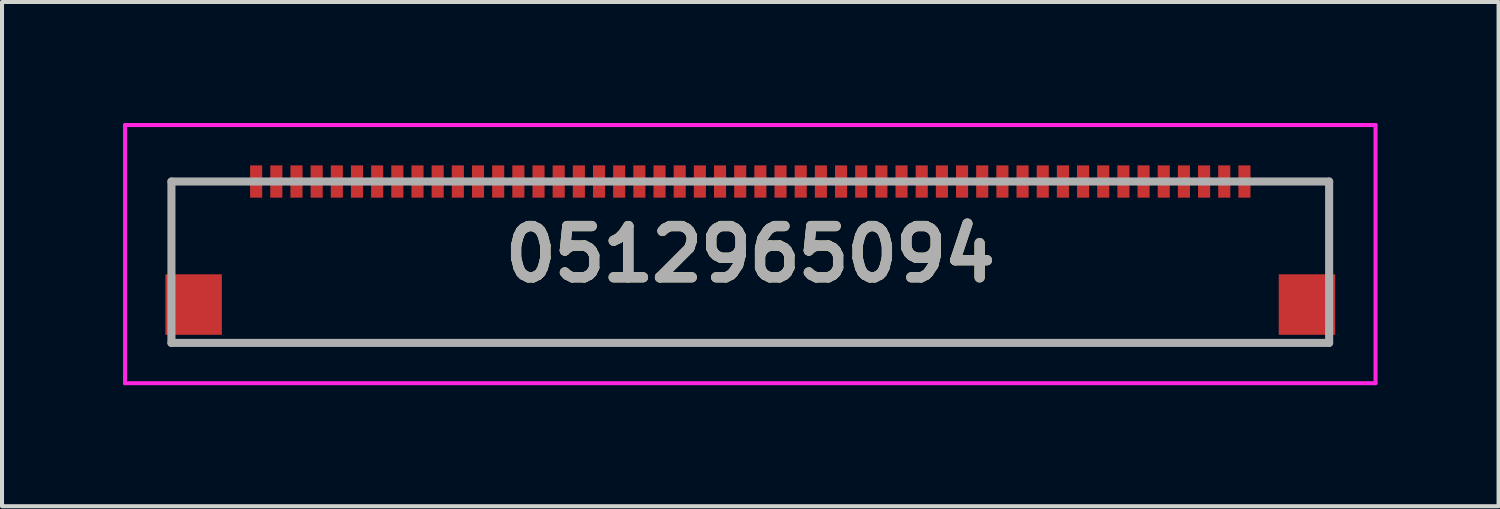
<source format=kicad_pcb>
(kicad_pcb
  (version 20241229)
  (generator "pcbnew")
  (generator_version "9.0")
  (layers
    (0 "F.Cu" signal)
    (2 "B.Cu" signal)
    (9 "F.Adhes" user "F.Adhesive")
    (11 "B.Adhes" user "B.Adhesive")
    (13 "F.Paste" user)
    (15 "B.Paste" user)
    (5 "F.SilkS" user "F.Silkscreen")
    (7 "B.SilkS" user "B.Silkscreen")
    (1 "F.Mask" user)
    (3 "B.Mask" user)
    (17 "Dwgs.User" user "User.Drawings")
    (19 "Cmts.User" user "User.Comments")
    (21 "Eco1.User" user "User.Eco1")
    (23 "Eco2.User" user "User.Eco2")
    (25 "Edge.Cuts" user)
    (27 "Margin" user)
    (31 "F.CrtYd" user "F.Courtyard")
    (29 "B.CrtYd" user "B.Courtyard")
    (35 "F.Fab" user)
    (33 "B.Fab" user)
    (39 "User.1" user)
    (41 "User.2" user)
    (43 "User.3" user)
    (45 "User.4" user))
  (footprint "0512965094"
    (layer "F.Cu")
    (at 15.55 3.45)
    (property "Reference" "0512965094" (at 0 -0.2 0) (layer "F.SilkS") (effects (font (size 1.27 1.27) (thickness 0.254))))
    (attr smd)
    (fp_line (start -12.25 2) (end 11.75 2) (stroke (width 0.1) (type solid)) (layer "F.SilkS"))
    (fp_line (start -15.5 -3.4) (end 15.5 -3.4) (stroke (width 0.1) (type solid)) (layer "F.CrtYd"))
    (fp_line (start -15.5 3) (end -15.5 -3.4) (stroke (width 0.1) (type solid)) (layer "F.CrtYd"))
    (fp_line (start 15.5 -3.4) (end 15.5 3) (stroke (width 0.1) (type solid)) (layer "F.CrtYd"))
    (fp_line (start 15.5 3) (end -15.5 3) (stroke (width 0.1) (type solid)) (layer "F.CrtYd"))
    (fp_line (start -14.35 -2) (end 14.35 -2) (stroke (width 0.2) (type solid)) (layer "F.Fab"))
    (fp_line (start -14.35 2) (end -14.35 -2) (stroke (width 0.2) (type solid)) (layer "F.Fab"))
    (fp_line (start 14.35 -2) (end 14.35 2) (stroke (width 0.2) (type solid)) (layer "F.Fab"))
    (fp_line (start 14.35 2) (end -14.35 2) (stroke (width 0.2) (type solid)) (layer "F.Fab"))
    (fp_text user "${REFERENCE}" (at 0 -0.2 0) (layer "F.Fab") (effects (font (size 1.27 1.27) (thickness 0.254))))
    (pad "1" smd rect (at -12.25 -2) (size 0.3 0.8) (layers "F.Cu" "F.Mask" "F.Paste"))
    (pad "2" smd rect (at -11.75 -2) (size 0.3 0.8) (layers "F.Cu" "F.Mask" "F.Paste"))
    (pad "3" smd rect (at -11.25 -2) (size 0.3 0.8) (layers "F.Cu" "F.Mask" "F.Paste"))
    (pad "4" smd rect (at -10.75 -2) (size 0.3 0.8) (layers "F.Cu" "F.Mask" "F.Paste"))
    (pad "5" smd rect (at -10.25 -2) (size 0.3 0.8) (layers "F.Cu" "F.Mask" "F.Paste"))
    (pad "6" smd rect (at -9.75 -2) (size 0.3 0.8) (layers "F.Cu" "F.Mask" "F.Paste"))
    (pad "7" smd rect (at -9.25 -2) (size 0.3 0.8) (layers "F.Cu" "F.Mask" "F.Paste"))
    (pad "8" smd rect (at -8.75 -2) (size 0.3 0.8) (layers "F.Cu" "F.Mask" "F.Paste"))
    (pad "9" smd rect (at -8.25 -2) (size 0.3 0.8) (layers "F.Cu" "F.Mask" "F.Paste"))
    (pad "10" smd rect (at -7.75 -2) (size 0.3 0.8) (layers "F.Cu" "F.Mask" "F.Paste"))
    (pad "11" smd rect (at -7.25 -2) (size 0.3 0.8) (layers "F.Cu" "F.Mask" "F.Paste"))
    (pad "12" smd rect (at -6.75 -2) (size 0.3 0.8) (layers "F.Cu" "F.Mask" "F.Paste"))
    (pad "13" smd rect (at -6.25 -2) (size 0.3 0.8) (layers "F.Cu" "F.Mask" "F.Paste"))
    (pad "14" smd rect (at -5.75 -2) (size 0.3 0.8) (layers "F.Cu" "F.Mask" "F.Paste"))
    (pad "15" smd rect (at -5.25 -2) (size 0.3 0.8) (layers "F.Cu" "F.Mask" "F.Paste"))
    (pad "16" smd rect (at -4.75 -2) (size 0.3 0.8) (layers "F.Cu" "F.Mask" "F.Paste"))
    (pad "17" smd rect (at -4.25 -2) (size 0.3 0.8) (layers "F.Cu" "F.Mask" "F.Paste"))
    (pad "18" smd rect (at -3.75 -2) (size 0.3 0.8) (layers "F.Cu" "F.Mask" "F.Paste"))
    (pad "19" smd rect (at -3.25 -2) (size 0.3 0.8) (layers "F.Cu" "F.Mask" "F.Paste"))
    (pad "20" smd rect (at -2.75 -2) (size 0.3 0.8) (layers "F.Cu" "F.Mask" "F.Paste"))
    (pad "21" smd rect (at -2.25 -2) (size 0.3 0.8) (layers "F.Cu" "F.Mask" "F.Paste"))
    (pad "22" smd rect (at -1.75 -2) (size 0.3 0.8) (layers "F.Cu" "F.Mask" "F.Paste"))
    (pad "23" smd rect (at -1.25 -2) (size 0.3 0.8) (layers "F.Cu" "F.Mask" "F.Paste"))
    (pad "24" smd rect (at -0.75 -2) (size 0.3 0.8) (layers "F.Cu" "F.Mask" "F.Paste"))
    (pad "25" smd rect (at -0.25 -2) (size 0.3 0.8) (layers "F.Cu" "F.Mask" "F.Paste"))
    (pad "26" smd rect (at 0.25 -2) (size 0.3 0.8) (layers "F.Cu" "F.Mask" "F.Paste"))
    (pad "27" smd rect (at 0.75 -2) (size 0.3 0.8) (layers "F.Cu" "F.Mask" "F.Paste"))
    (pad "28" smd rect (at 1.25 -2) (size 0.3 0.8) (layers "F.Cu" "F.Mask" "F.Paste"))
    (pad "29" smd rect (at 1.75 -2) (size 0.3 0.8) (layers "F.Cu" "F.Mask" "F.Paste"))
    (pad "30" smd rect (at 2.25 -2) (size 0.3 0.8) (layers "F.Cu" "F.Mask" "F.Paste"))
    (pad "31" smd rect (at 2.75 -2) (size 0.3 0.8) (layers "F.Cu" "F.Mask" "F.Paste"))
    (pad "32" smd rect (at 3.25 -2) (size 0.3 0.8) (layers "F.Cu" "F.Mask" "F.Paste"))
    (pad "33" smd rect (at 3.75 -2) (size 0.3 0.8) (layers "F.Cu" "F.Mask" "F.Paste"))
    (pad "34" smd rect (at 4.25 -2) (size 0.3 0.8) (layers "F.Cu" "F.Mask" "F.Paste"))
    (pad "35" smd rect (at 4.75 -2) (size 0.3 0.8) (layers "F.Cu" "F.Mask" "F.Paste"))
    (pad "36" smd rect (at 5.25 -2) (size 0.3 0.8) (layers "F.Cu" "F.Mask" "F.Paste"))
    (pad "37" smd rect (at 5.75 -2) (size 0.3 0.8) (layers "F.Cu" "F.Mask" "F.Paste"))
    (pad "38" smd rect (at 6.25 -2) (size 0.3 0.8) (layers "F.Cu" "F.Mask" "F.Paste"))
    (pad "39" smd rect (at 6.75 -2) (size 0.3 0.8) (layers "F.Cu" "F.Mask" "F.Paste"))
    (pad "40" smd rect (at 7.25 -2) (size 0.3 0.8) (layers "F.Cu" "F.Mask" "F.Paste"))
    (pad "41" smd rect (at 7.75 -2) (size 0.3 0.8) (layers "F.Cu" "F.Mask" "F.Paste"))
    (pad "42" smd rect (at 8.25 -2) (size 0.3 0.8) (layers "F.Cu" "F.Mask" "F.Paste"))
    (pad "43" smd rect (at 8.75 -2) (size 0.3 0.8) (layers "F.Cu" "F.Mask" "F.Paste"))
    (pad "44" smd rect (at 9.25 -2) (size 0.3 0.8) (layers "F.Cu" "F.Mask" "F.Paste"))
    (pad "45" smd rect (at 9.75 -2) (size 0.3 0.8) (layers "F.Cu" "F.Mask" "F.Paste"))
    (pad "46" smd rect (at 10.25 -2) (size 0.3 0.8) (layers "F.Cu" "F.Mask" "F.Paste"))
    (pad "47" smd rect (at 10.75 -2) (size 0.3 0.8) (layers "F.Cu" "F.Mask" "F.Paste"))
    (pad "48" smd rect (at 11.25 -2) (size 0.3 0.8) (layers "F.Cu" "F.Mask" "F.Paste"))
    (pad "49" smd rect (at 11.75 -2) (size 0.3 0.8) (layers "F.Cu" "F.Mask" "F.Paste"))
    (pad "50" smd rect (at 12.25 -2) (size 0.3 0.8) (layers "F.Cu" "F.Mask" "F.Paste"))
    (pad "MP1" smd rect (at -13.8 1.05) (size 1.4 1.5) (layers "F.Cu" "F.Mask" "F.Paste"))
    (pad "MP2" smd rect (at 13.8 1.05) (size 1.4 1.5) (layers "F.Cu" "F.Mask" "F.Paste")))
  (gr_rect
    (start -3 -3)
    (end 34.1 9.5)
    (stroke (width 0.1) (type default))
    (fill no)
    (layer "Edge.Cuts")))
</source>
